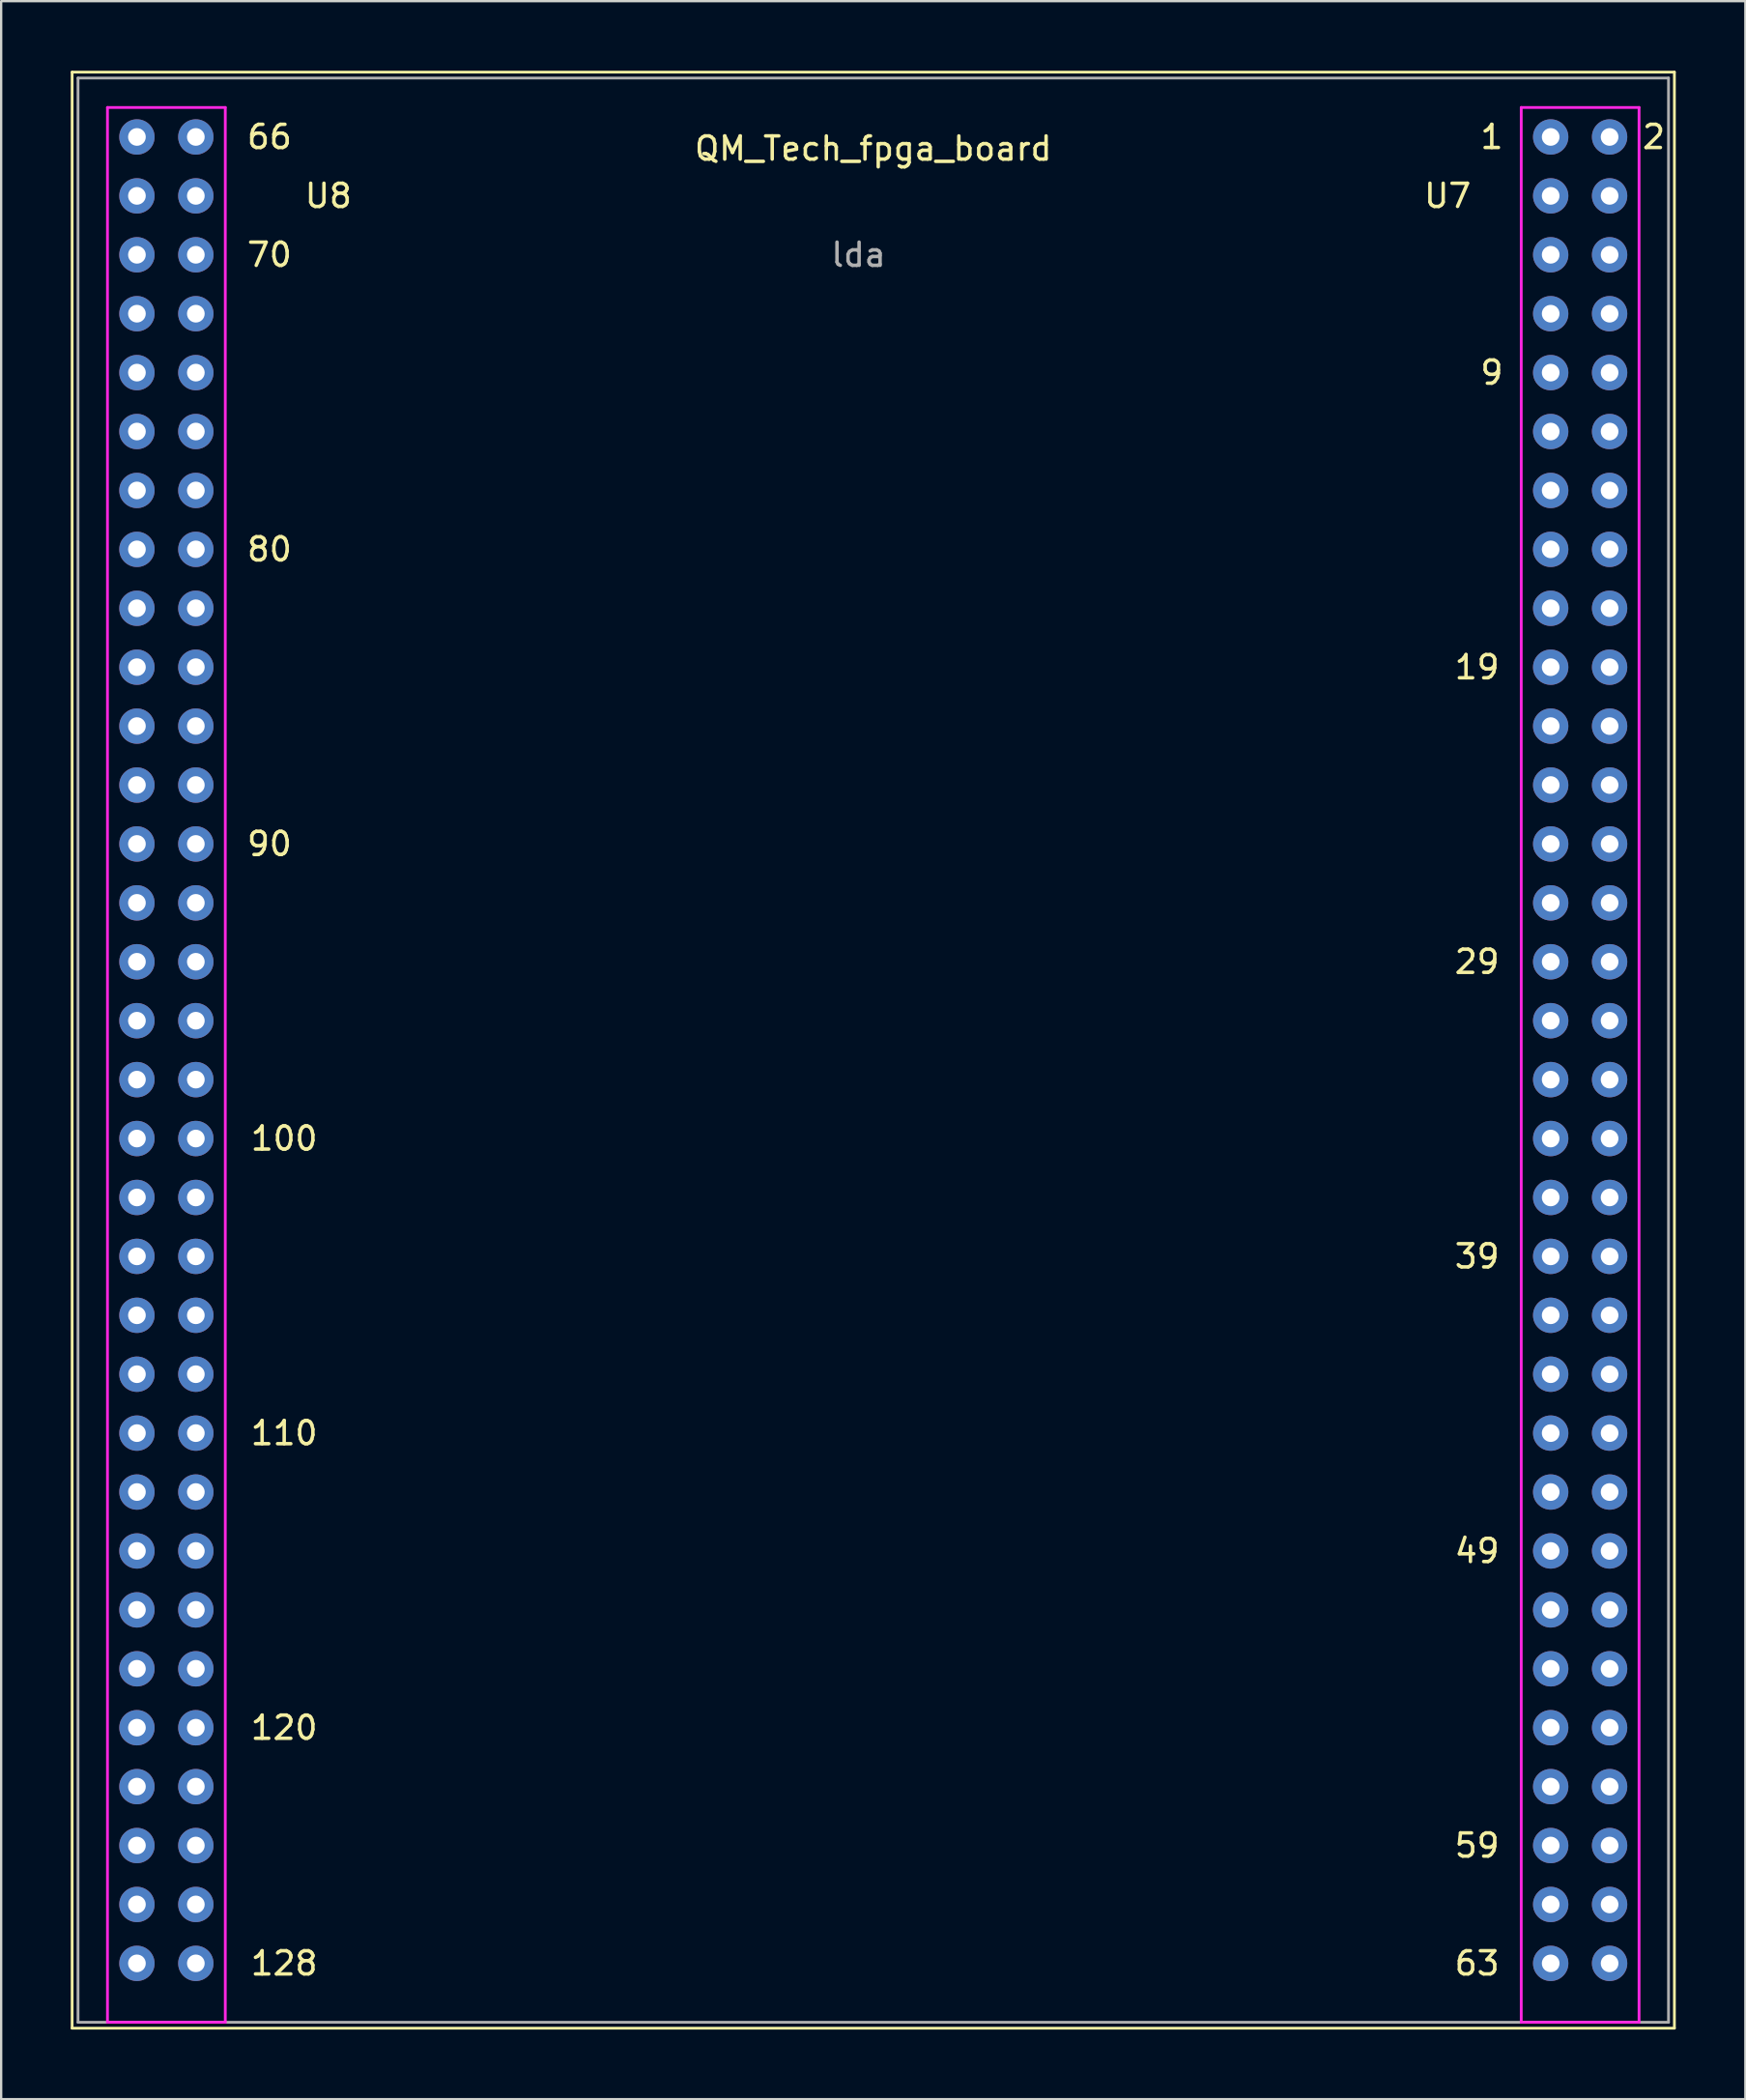
<source format=kicad_pcb>
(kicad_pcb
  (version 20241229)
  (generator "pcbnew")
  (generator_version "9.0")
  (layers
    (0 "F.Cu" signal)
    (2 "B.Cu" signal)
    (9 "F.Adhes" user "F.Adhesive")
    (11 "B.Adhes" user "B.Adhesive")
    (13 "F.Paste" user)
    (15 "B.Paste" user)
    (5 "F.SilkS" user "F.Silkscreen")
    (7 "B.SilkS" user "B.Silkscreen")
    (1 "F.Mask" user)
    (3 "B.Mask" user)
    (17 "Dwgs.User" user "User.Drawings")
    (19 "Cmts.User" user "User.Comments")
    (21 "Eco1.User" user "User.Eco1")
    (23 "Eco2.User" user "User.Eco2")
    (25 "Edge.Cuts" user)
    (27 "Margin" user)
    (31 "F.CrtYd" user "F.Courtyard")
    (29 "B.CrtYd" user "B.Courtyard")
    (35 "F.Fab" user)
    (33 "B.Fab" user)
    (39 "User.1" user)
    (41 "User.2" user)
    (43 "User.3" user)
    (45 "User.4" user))
  (footprint "QM_Tech_fpga_board"
    (layer "F.Cu")
    (at 63.814 2.854)
    (property "Reference" "QM_Tech_fpga_board" (at -29.21 0.5 0) (layer "F.SilkS") (effects (font (size 1 1) (thickness 0.15))))
    (attr through_hole)
    (fp_line (start -63.754 -2.794) (end -63.754 81.534) (stroke (width 0.12) (type solid)) (layer "F.SilkS"))
    (fp_line (start -63.754 81.534) (end 5.334 81.534) (stroke (width 0.12) (type solid)) (layer "F.SilkS"))
    (fp_line (start 5.334 -2.794) (end -63.754 -2.794) (stroke (width 0.12) (type solid)) (layer "F.SilkS"))
    (fp_line (start 5.334 81.534) (end 5.334 -2.794) (stroke (width 0.12) (type solid)) (layer "F.SilkS"))
    (fp_line (start -62.23 -1.27) (end -62.23 81.28) (stroke (width 0.12) (type solid)) (layer "F.CrtYd"))
    (fp_line (start -62.23 81.28) (end -57.15 81.28) (stroke (width 0.12) (type solid)) (layer "F.CrtYd"))
    (fp_line (start -57.15 -1.27) (end -62.23 -1.27) (stroke (width 0.12) (type solid)) (layer "F.CrtYd"))
    (fp_line (start -57.15 81.28) (end -57.15 -1.27) (stroke (width 0.12) (type solid)) (layer "F.CrtYd"))
    (fp_line (start -1.27 -1.27) (end -1.27 81.28) (stroke (width 0.12) (type solid)) (layer "F.CrtYd"))
    (fp_line (start -1.27 81.28) (end 3.81 81.28) (stroke (width 0.12) (type solid)) (layer "F.CrtYd"))
    (fp_line (start 3.81 -1.27) (end -1.27 -1.27) (stroke (width 0.12) (type solid)) (layer "F.CrtYd"))
    (fp_line (start 3.81 81.28) (end 3.81 -1.27) (stroke (width 0.12) (type solid)) (layer "F.CrtYd"))
    (fp_line (start -63.5 -2.54) (end -63.5 81.28) (stroke (width 0.12) (type solid)) (layer "F.Fab"))
    (fp_line (start -63.5 81.28) (end 5.08 81.28) (stroke (width 0.12) (type solid)) (layer "F.Fab"))
    (fp_line (start 5.08 -2.54) (end -63.5 -2.54) (stroke (width 0.12) (type solid)) (layer "F.Fab"))
    (fp_line (start 5.08 81.28) (end 5.08 -2.54) (stroke (width 0.12) (type solid)) (layer "F.Fab"))
    (fp_text user "49" (at -3.175 60.96 0) (layer "F.SilkS") (effects (font (size 1 1) (thickness 0.15))))
    (fp_text user "1" (at -2.54 0 0) (layer "F.SilkS") (effects (font (size 1 1) (thickness 0.15))))
    (fp_text user "63" (at -3.175 78.74 0) (layer "F.SilkS") (effects (font (size 1 1) (thickness 0.15))))
    (fp_text user "120" (at -54.61 68.58 0) (layer "F.SilkS") (effects (font (size 1 1) (thickness 0.15))))
    (fp_text user "9" (at -2.54 10.16 0) (layer "F.SilkS") (effects (font (size 1 1) (thickness 0.15))))
    (fp_text user "70" (at -55.245 5.08 0) (layer "F.SilkS") (effects (font (size 1 1) (thickness 0.15))))
    (fp_text user "100" (at -54.61 43.18 0) (layer "F.SilkS") (effects (font (size 1 1) (thickness 0.15))))
    (fp_text user "19" (at -3.175 22.86 0) (layer "F.SilkS") (effects (font (size 1 1) (thickness 0.15))))
    (fp_text user "128" (at -54.61 78.74 0) (layer "F.SilkS") (effects (font (size 1 1) (thickness 0.15))))
    (fp_text user "90" (at -55.245 30.48 0) (layer "F.SilkS") (effects (font (size 1 1) (thickness 0.15))))
    (fp_text user "59" (at -3.175 73.66 0) (layer "F.SilkS") (effects (font (size 1 1) (thickness 0.15))))
    (fp_text user "39" (at -3.175 48.26 0) (layer "F.SilkS") (effects (font (size 1 1) (thickness 0.15))))
    (fp_text user "U7" (at -4.445 2.54 0) (layer "F.SilkS") (effects (font (size 1 1) (thickness 0.15))))
    (fp_text user "80" (at -55.245 17.78 0) (layer "F.SilkS") (effects (font (size 1 1) (thickness 0.15))))
    (fp_text user "29" (at -3.175 35.56 0) (layer "F.SilkS") (effects (font (size 1 1) (thickness 0.15))))
    (fp_text user "U8" (at -52.705 2.54 0) (layer "F.SilkS") (effects (font (size 1 1) (thickness 0.15))))
    (fp_text user "2" (at 4.445 0 0) (layer "F.SilkS") (effects (font (size 1 1) (thickness 0.15))))
    (fp_text user "110" (at -54.61 55.88 0) (layer "F.SilkS") (effects (font (size 1 1) (thickness 0.15))))
    (fp_text user "66" (at -55.245 0 0) (layer "F.SilkS") (effects (font (size 1 1) (thickness 0.15))))
    (fp_text user "lda" (at -29.845 5.08 0) (layer "F.Fab") (effects (font (size 1 1) (thickness 0.15))))
    (pad "1" thru_hole circle (at 0 0) (size 1.524 1.524) (drill 0.762) (layers "*.Cu" "*.Mask"))
    (pad "2" thru_hole circle (at 2.54 0) (size 1.524 1.524) (drill 0.762) (layers "*.Cu" "*.Mask"))
    (pad "3" thru_hole circle (at 0 2.54) (size 1.524 1.524) (drill 0.762) (layers "*.Cu" "*.Mask"))
    (pad "4" thru_hole circle (at 2.54 2.54) (size 1.524 1.524) (drill 0.762) (layers "*.Cu" "*.Mask"))
    (pad "5" thru_hole circle (at 0 5.08) (size 1.524 1.524) (drill 0.762) (layers "*.Cu" "*.Mask"))
    (pad "6" thru_hole circle (at 2.54 5.08) (size 1.524 1.524) (drill 0.762) (layers "*.Cu" "*.Mask"))
    (pad "7" thru_hole circle (at 0 7.62) (size 1.524 1.524) (drill 0.762) (layers "*.Cu" "*.Mask"))
    (pad "8" thru_hole circle (at 2.54 7.62) (size 1.524 1.524) (drill 0.762) (layers "*.Cu" "*.Mask"))
    (pad "9" thru_hole circle (at 0 10.16) (size 1.524 1.524) (drill 0.762) (layers "*.Cu" "*.Mask"))
    (pad "10" thru_hole circle (at 2.54 10.16) (size 1.524 1.524) (drill 0.762) (layers "*.Cu" "*.Mask"))
    (pad "11" thru_hole circle (at 0 12.7) (size 1.524 1.524) (drill 0.762) (layers "*.Cu" "*.Mask"))
    (pad "12" thru_hole circle (at 2.54 12.7) (size 1.524 1.524) (drill 0.762) (layers "*.Cu" "*.Mask"))
    (pad "13" thru_hole circle (at 0 15.24) (size 1.524 1.524) (drill 0.762) (layers "*.Cu" "*.Mask"))
    (pad "14" thru_hole circle (at 2.54 15.24) (size 1.524 1.524) (drill 0.762) (layers "*.Cu" "*.Mask"))
    (pad "15" thru_hole circle (at 0 17.78) (size 1.524 1.524) (drill 0.762) (layers "*.Cu" "*.Mask"))
    (pad "16" thru_hole circle (at 2.54 17.78) (size 1.524 1.524) (drill 0.762) (layers "*.Cu" "*.Mask"))
    (pad "17" thru_hole circle (at 0 20.32) (size 1.524 1.524) (drill 0.762) (layers "*.Cu" "*.Mask"))
    (pad "18" thru_hole circle (at 2.54 20.32) (size 1.524 1.524) (drill 0.762) (layers "*.Cu" "*.Mask"))
    (pad "19" thru_hole circle (at 0 22.86) (size 1.524 1.524) (drill 0.762) (layers "*.Cu" "*.Mask"))
    (pad "20" thru_hole circle (at 2.54 22.86) (size 1.524 1.524) (drill 0.762) (layers "*.Cu" "*.Mask"))
    (pad "21" thru_hole circle (at 0 25.4) (size 1.524 1.524) (drill 0.762) (layers "*.Cu" "*.Mask"))
    (pad "22" thru_hole circle (at 2.54 25.4) (size 1.524 1.524) (drill 0.762) (layers "*.Cu" "*.Mask"))
    (pad "23" thru_hole circle (at 0 27.94) (size 1.524 1.524) (drill 0.762) (layers "*.Cu" "*.Mask"))
    (pad "24" thru_hole circle (at 2.54 27.94) (size 1.524 1.524) (drill 0.762) (layers "*.Cu" "*.Mask"))
    (pad "25" thru_hole circle (at 0 30.48) (size 1.524 1.524) (drill 0.762) (layers "*.Cu" "*.Mask"))
    (pad "26" thru_hole circle (at 2.54 30.48) (size 1.524 1.524) (drill 0.762) (layers "*.Cu" "*.Mask"))
    (pad "27" thru_hole circle (at 0 33.02) (size 1.524 1.524) (drill 0.762) (layers "*.Cu" "*.Mask"))
    (pad "28" thru_hole circle (at 2.54 33.02) (size 1.524 1.524) (drill 0.762) (layers "*.Cu" "*.Mask"))
    (pad "29" thru_hole circle (at 0 35.56) (size 1.524 1.524) (drill 0.762) (layers "*.Cu" "*.Mask"))
    (pad "30" thru_hole circle (at 2.54 35.56) (size 1.524 1.524) (drill 0.762) (layers "*.Cu" "*.Mask"))
    (pad "31" thru_hole circle (at 0 38.1) (size 1.524 1.524) (drill 0.762) (layers "*.Cu" "*.Mask"))
    (pad "32" thru_hole circle (at 2.54 38.1) (size 1.524 1.524) (drill 0.762) (layers "*.Cu" "*.Mask"))
    (pad "33" thru_hole circle (at 0 40.64) (size 1.524 1.524) (drill 0.762) (layers "*.Cu" "*.Mask"))
    (pad "34" thru_hole circle (at 2.54 40.64) (size 1.524 1.524) (drill 0.762) (layers "*.Cu" "*.Mask"))
    (pad "35" thru_hole circle (at 0 43.18) (size 1.524 1.524) (drill 0.762) (layers "*.Cu" "*.Mask"))
    (pad "36" thru_hole circle (at 2.54 43.18) (size 1.524 1.524) (drill 0.762) (layers "*.Cu" "*.Mask"))
    (pad "37" thru_hole circle (at 0 45.72) (size 1.524 1.524) (drill 0.762) (layers "*.Cu" "*.Mask"))
    (pad "38" thru_hole circle (at 2.54 45.72) (size 1.524 1.524) (drill 0.762) (layers "*.Cu" "*.Mask"))
    (pad "39" thru_hole circle (at 0 48.26) (size 1.524 1.524) (drill 0.762) (layers "*.Cu" "*.Mask"))
    (pad "40" thru_hole circle (at 2.54 48.26) (size 1.524 1.524) (drill 0.762) (layers "*.Cu" "*.Mask"))
    (pad "41" thru_hole circle (at 0 50.8) (size 1.524 1.524) (drill 0.762) (layers "*.Cu" "*.Mask"))
    (pad "42" thru_hole circle (at 2.54 50.8) (size 1.524 1.524) (drill 0.762) (layers "*.Cu" "*.Mask"))
    (pad "43" thru_hole circle (at 0 53.34) (size 1.524 1.524) (drill 0.762) (layers "*.Cu" "*.Mask"))
    (pad "44" thru_hole circle (at 2.54 53.34) (size 1.524 1.524) (drill 0.762) (layers "*.Cu" "*.Mask"))
    (pad "45" thru_hole circle (at 0 55.88) (size 1.524 1.524) (drill 0.762) (layers "*.Cu" "*.Mask"))
    (pad "46" thru_hole circle (at 2.54 55.88) (size 1.524 1.524) (drill 0.762) (layers "*.Cu" "*.Mask"))
    (pad "47" thru_hole circle (at 0 58.42) (size 1.524 1.524) (drill 0.762) (layers "*.Cu" "*.Mask"))
    (pad "48" thru_hole circle (at 2.54 58.42) (size 1.524 1.524) (drill 0.762) (layers "*.Cu" "*.Mask"))
    (pad "49" thru_hole circle (at 0 60.96) (size 1.524 1.524) (drill 0.762) (layers "*.Cu" "*.Mask"))
    (pad "50" thru_hole circle (at 2.54 60.96) (size 1.524 1.524) (drill 0.762) (layers "*.Cu" "*.Mask"))
    (pad "51" thru_hole circle (at 0 63.5) (size 1.524 1.524) (drill 0.762) (layers "*.Cu" "*.Mask"))
    (pad "52" thru_hole circle (at 2.54 63.5) (size 1.524 1.524) (drill 0.762) (layers "*.Cu" "*.Mask"))
    (pad "53" thru_hole circle (at 0 66.04) (size 1.524 1.524) (drill 0.762) (layers "*.Cu" "*.Mask"))
    (pad "54" thru_hole circle (at 2.54 66.04) (size 1.524 1.524) (drill 0.762) (layers "*.Cu" "*.Mask"))
    (pad "55" thru_hole circle (at 0 68.58) (size 1.524 1.524) (drill 0.762) (layers "*.Cu" "*.Mask"))
    (pad "56" thru_hole circle (at 2.54 68.58) (size 1.524 1.524) (drill 0.762) (layers "*.Cu" "*.Mask"))
    (pad "57" thru_hole circle (at 0 71.12) (size 1.524 1.524) (drill 0.762) (layers "*.Cu" "*.Mask"))
    (pad "58" thru_hole circle (at 2.54 71.12) (size 1.524 1.524) (drill 0.762) (layers "*.Cu" "*.Mask"))
    (pad "59" thru_hole circle (at 0 73.66) (size 1.524 1.524) (drill 0.762) (layers "*.Cu" "*.Mask"))
    (pad "60" thru_hole circle (at 2.54 73.66) (size 1.524 1.524) (drill 0.762) (layers "*.Cu" "*.Mask"))
    (pad "61" thru_hole circle (at 0 76.2) (size 1.524 1.524) (drill 0.762) (layers "*.Cu" "*.Mask"))
    (pad "62" thru_hole circle (at 2.54 76.2) (size 1.524 1.524) (drill 0.762) (layers "*.Cu" "*.Mask"))
    (pad "63" thru_hole circle (at 0 78.74) (size 1.524 1.524) (drill 0.762) (layers "*.Cu" "*.Mask"))
    (pad "64" thru_hole circle (at 2.54 78.74) (size 1.524 1.524) (drill 0.762) (layers "*.Cu" "*.Mask"))
    (pad "65" thru_hole circle (at -60.96 0) (size 1.524 1.524) (drill 0.762) (layers "*.Cu" "*.Mask"))
    (pad "66" thru_hole circle (at -58.42 0) (size 1.524 1.524) (drill 0.762) (layers "*.Cu" "*.Mask"))
    (pad "67" thru_hole circle (at -60.96 2.54) (size 1.524 1.524) (drill 0.762) (layers "*.Cu" "*.Mask"))
    (pad "68" thru_hole circle (at -58.42 2.54) (size 1.524 1.524) (drill 0.762) (layers "*.Cu" "*.Mask"))
    (pad "69" thru_hole circle (at -60.96 5.08) (size 1.524 1.524) (drill 0.762) (layers "*.Cu" "*.Mask"))
    (pad "70" thru_hole circle (at -58.42 5.08) (size 1.524 1.524) (drill 0.762) (layers "*.Cu" "*.Mask"))
    (pad "71" thru_hole circle (at -60.96 7.62) (size 1.524 1.524) (drill 0.762) (layers "*.Cu" "*.Mask"))
    (pad "72" thru_hole circle (at -58.42 7.62) (size 1.524 1.524) (drill 0.762) (layers "*.Cu" "*.Mask"))
    (pad "73" thru_hole circle (at -60.96 10.16) (size 1.524 1.524) (drill 0.762) (layers "*.Cu" "*.Mask"))
    (pad "74" thru_hole circle (at -58.42 10.16) (size 1.524 1.524) (drill 0.762) (layers "*.Cu" "*.Mask"))
    (pad "75" thru_hole circle (at -60.96 12.7) (size 1.524 1.524) (drill 0.762) (layers "*.Cu" "*.Mask"))
    (pad "76" thru_hole circle (at -58.42 12.7) (size 1.524 1.524) (drill 0.762) (layers "*.Cu" "*.Mask"))
    (pad "77" thru_hole circle (at -60.96 15.24) (size 1.524 1.524) (drill 0.762) (layers "*.Cu" "*.Mask"))
    (pad "78" thru_hole circle (at -58.42 15.24) (size 1.524 1.524) (drill 0.762) (layers "*.Cu" "*.Mask"))
    (pad "79" thru_hole circle (at -60.96 17.78) (size 1.524 1.524) (drill 0.762) (layers "*.Cu" "*.Mask"))
    (pad "80" thru_hole circle (at -58.42 17.78) (size 1.524 1.524) (drill 0.762) (layers "*.Cu" "*.Mask"))
    (pad "81" thru_hole circle (at -60.96 20.32) (size 1.524 1.524) (drill 0.762) (layers "*.Cu" "*.Mask"))
    (pad "82" thru_hole circle (at -58.42 20.32) (size 1.524 1.524) (drill 0.762) (layers "*.Cu" "*.Mask"))
    (pad "83" thru_hole circle (at -60.96 22.86) (size 1.524 1.524) (drill 0.762) (layers "*.Cu" "*.Mask"))
    (pad "84" thru_hole circle (at -58.42 22.86) (size 1.524 1.524) (drill 0.762) (layers "*.Cu" "*.Mask"))
    (pad "85" thru_hole circle (at -60.96 25.4) (size 1.524 1.524) (drill 0.762) (layers "*.Cu" "*.Mask"))
    (pad "86" thru_hole circle (at -58.42 25.4) (size 1.524 1.524) (drill 0.762) (layers "*.Cu" "*.Mask"))
    (pad "87" thru_hole circle (at -60.96 27.94) (size 1.524 1.524) (drill 0.762) (layers "*.Cu" "*.Mask"))
    (pad "88" thru_hole circle (at -58.42 27.94) (size 1.524 1.524) (drill 0.762) (layers "*.Cu" "*.Mask"))
    (pad "89" thru_hole circle (at -60.96 30.48) (size 1.524 1.524) (drill 0.762) (layers "*.Cu" "*.Mask"))
    (pad "90" thru_hole circle (at -58.42 30.48) (size 1.524 1.524) (drill 0.762) (layers "*.Cu" "*.Mask"))
    (pad "91" thru_hole circle (at -60.96 33.02) (size 1.524 1.524) (drill 0.762) (layers "*.Cu" "*.Mask"))
    (pad "92" thru_hole circle (at -58.42 33.02) (size 1.524 1.524) (drill 0.762) (layers "*.Cu" "*.Mask"))
    (pad "93" thru_hole circle (at -60.96 35.56) (size 1.524 1.524) (drill 0.762) (layers "*.Cu" "*.Mask"))
    (pad "94" thru_hole circle (at -58.42 35.56) (size 1.524 1.524) (drill 0.762) (layers "*.Cu" "*.Mask"))
    (pad "95" thru_hole circle (at -60.96 38.1) (size 1.524 1.524) (drill 0.762) (layers "*.Cu" "*.Mask"))
    (pad "96" thru_hole circle (at -58.42 38.1) (size 1.524 1.524) (drill 0.762) (layers "*.Cu" "*.Mask"))
    (pad "97" thru_hole circle (at -60.96 40.64) (size 1.524 1.524) (drill 0.762) (layers "*.Cu" "*.Mask"))
    (pad "98" thru_hole circle (at -58.42 40.64) (size 1.524 1.524) (drill 0.762) (layers "*.Cu" "*.Mask"))
    (pad "99" thru_hole circle (at -60.96 43.18) (size 1.524 1.524) (drill 0.762) (layers "*.Cu" "*.Mask"))
    (pad "100" thru_hole circle (at -58.42 43.18) (size 1.524 1.524) (drill 0.762) (layers "*.Cu" "*.Mask"))
    (pad "101" thru_hole circle (at -60.96 45.72) (size 1.524 1.524) (drill 0.762) (layers "*.Cu" "*.Mask"))
    (pad "102" thru_hole circle (at -58.42 45.72) (size 1.524 1.524) (drill 0.762) (layers "*.Cu" "*.Mask"))
    (pad "103" thru_hole circle (at -60.96 48.26) (size 1.524 1.524) (drill 0.762) (layers "*.Cu" "*.Mask"))
    (pad "104" thru_hole circle (at -58.42 48.26) (size 1.524 1.524) (drill 0.762) (layers "*.Cu" "*.Mask"))
    (pad "105" thru_hole circle (at -60.96 50.8) (size 1.524 1.524) (drill 0.762) (layers "*.Cu" "*.Mask"))
    (pad "106" thru_hole circle (at -58.42 50.8) (size 1.524 1.524) (drill 0.762) (layers "*.Cu" "*.Mask"))
    (pad "107" thru_hole circle (at -60.96 53.34) (size 1.524 1.524) (drill 0.762) (layers "*.Cu" "*.Mask"))
    (pad "108" thru_hole circle (at -58.42 53.34) (size 1.524 1.524) (drill 0.762) (layers "*.Cu" "*.Mask"))
    (pad "109" thru_hole circle (at -60.96 55.88) (size 1.524 1.524) (drill 0.762) (layers "*.Cu" "*.Mask"))
    (pad "110" thru_hole circle (at -58.42 55.88) (size 1.524 1.524) (drill 0.762) (layers "*.Cu" "*.Mask"))
    (pad "111" thru_hole circle (at -60.96 58.42) (size 1.524 1.524) (drill 0.762) (layers "*.Cu" "*.Mask"))
    (pad "112" thru_hole circle (at -58.42 58.42) (size 1.524 1.524) (drill 0.762) (layers "*.Cu" "*.Mask"))
    (pad "113" thru_hole circle (at -60.96 60.96) (size 1.524 1.524) (drill 0.762) (layers "*.Cu" "*.Mask"))
    (pad "114" thru_hole circle (at -58.42 60.96) (size 1.524 1.524) (drill 0.762) (layers "*.Cu" "*.Mask"))
    (pad "115" thru_hole circle (at -60.96 63.5) (size 1.524 1.524) (drill 0.762) (layers "*.Cu" "*.Mask"))
    (pad "116" thru_hole circle (at -58.42 63.5) (size 1.524 1.524) (drill 0.762) (layers "*.Cu" "*.Mask"))
    (pad "117" thru_hole circle (at -60.96 66.04) (size 1.524 1.524) (drill 0.762) (layers "*.Cu" "*.Mask"))
    (pad "118" thru_hole circle (at -58.42 66.04) (size 1.524 1.524) (drill 0.762) (layers "*.Cu" "*.Mask"))
    (pad "119" thru_hole circle (at -60.96 68.58) (size 1.524 1.524) (drill 0.762) (layers "*.Cu" "*.Mask"))
    (pad "120" thru_hole circle (at -58.42 68.58) (size 1.524 1.524) (drill 0.762) (layers "*.Cu" "*.Mask"))
    (pad "121" thru_hole circle (at -60.96 71.12) (size 1.524 1.524) (drill 0.762) (layers "*.Cu" "*.Mask"))
    (pad "122" thru_hole circle (at -58.42 71.12) (size 1.524 1.524) (drill 0.762) (layers "*.Cu" "*.Mask"))
    (pad "123" thru_hole circle (at -60.96 73.66) (size 1.524 1.524) (drill 0.762) (layers "*.Cu" "*.Mask"))
    (pad "124" thru_hole circle (at -58.42 73.66) (size 1.524 1.524) (drill 0.762) (layers "*.Cu" "*.Mask"))
    (pad "125" thru_hole circle (at -60.96 76.2) (size 1.524 1.524) (drill 0.762) (layers "*.Cu" "*.Mask"))
    (pad "126" thru_hole circle (at -58.42 76.2) (size 1.524 1.524) (drill 0.762) (layers "*.Cu" "*.Mask"))
    (pad "127" thru_hole circle (at -60.96 78.74) (size 1.524 1.524) (drill 0.762) (layers "*.Cu" "*.Mask"))
    (pad "128" thru_hole circle (at -58.42 78.74) (size 1.524 1.524) (drill 0.762) (layers "*.Cu" "*.Mask")))
  (gr_rect
    (start -3 -3)
    (end 72.208 87.448)
    (stroke (width 0.1) (type default))
    (fill no)
    (layer "Edge.Cuts")))
</source>
